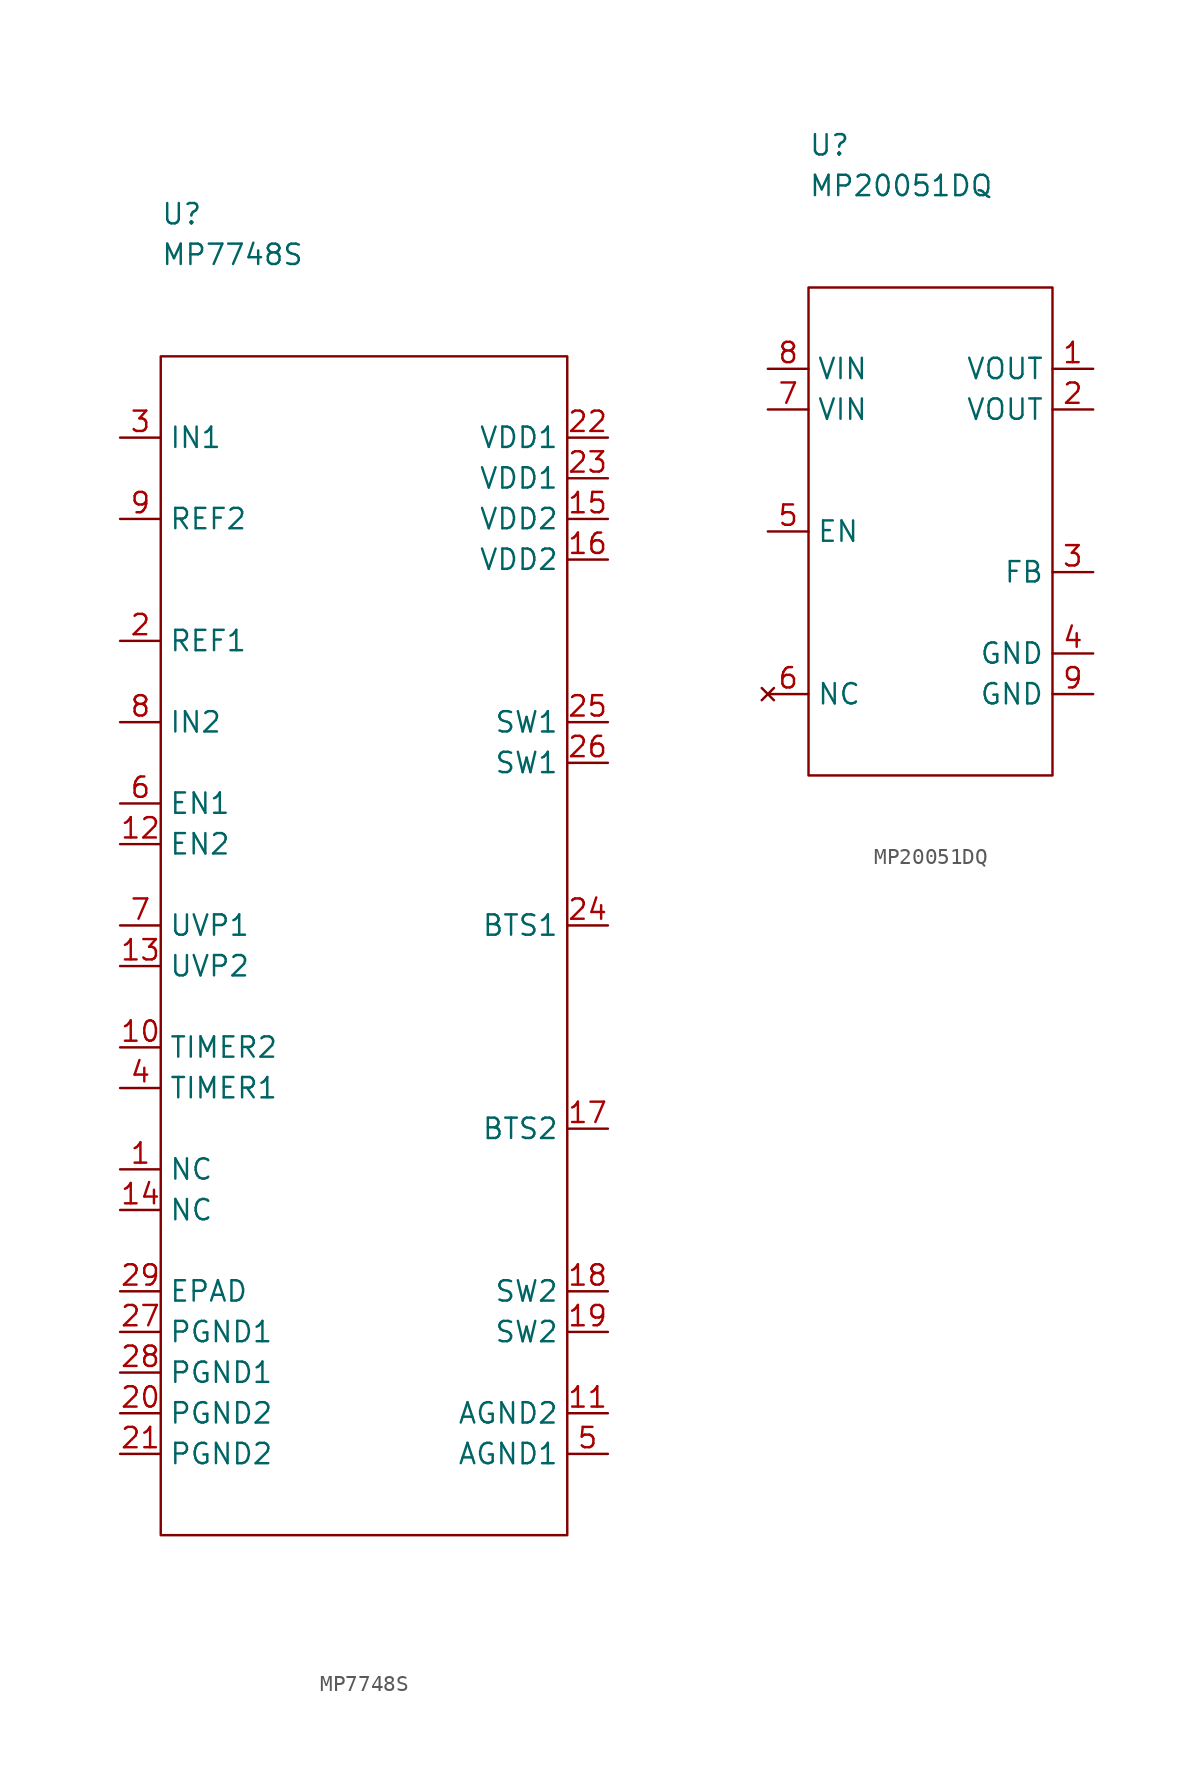
<source format=kicad_sym>
(kicad_symbol_lib
  (version 20211014)
  (generator kicad_symbol_editor)
  (symbol "MP7748S"
    (property "Reference" "U"
      (at 0 8.89 0)
      (effects (font (size 1.27 1.27)) (justify left)))
    (property "Value" "MP7748S"
      (at 0 6.35 0)
      (effects (font (size 1.27 1.27)) (justify left)))
    (symbol "MP7748S_0_1"
      (rectangle (start 0 0) (end 25.4 -73.66) (stroke (width 0) (type default) (color 0 0 0 0)) (fill (type none))))
    (symbol "MP7748S_1_1"
      (pin passive line (at -2.54 -50.8 0) (length 2.54) (name "NC" (effects (font (size 1.27 1.27)))) (number "1" (effects (font (size 1.27 1.27)))))
      (pin passive line (at -2.54 -43.18 0) (length 2.54) (name "TIMER2" (effects (font (size 1.27 1.27)))) (number "10" (effects (font (size 1.27 1.27)))))
      (pin passive line (at 27.94 -66.04 180) (length 2.54) (name "AGND2" (effects (font (size 1.27 1.27)))) (number "11" (effects (font (size 1.27 1.27)))))
      (pin passive line (at -2.54 -30.48 0) (length 2.54) (name "EN2" (effects (font (size 1.27 1.27)))) (number "12" (effects (font (size 1.27 1.27)))))
      (pin passive line (at -2.54 -38.1 0) (length 2.54) (name "UVP2" (effects (font (size 1.27 1.27)))) (number "13" (effects (font (size 1.27 1.27)))))
      (pin passive line (at -2.54 -53.34 0) (length 2.54) (name "NC" (effects (font (size 1.27 1.27)))) (number "14" (effects (font (size 1.27 1.27)))))
      (pin passive line (at 27.94 -10.16 180) (length 2.54) (name "VDD2" (effects (font (size 1.27 1.27)))) (number "15" (effects (font (size 1.27 1.27)))))
      (pin passive line (at 27.94 -12.7 180) (length 2.54) (name "VDD2" (effects (font (size 1.27 1.27)))) (number "16" (effects (font (size 1.27 1.27)))))
      (pin passive line (at 27.94 -48.26 180) (length 2.54) (name "BTS2" (effects (font (size 1.27 1.27)))) (number "17" (effects (font (size 1.27 1.27)))))
      (pin passive line (at 27.94 -58.42 180) (length 2.54) (name "SW2" (effects (font (size 1.27 1.27)))) (number "18" (effects (font (size 1.27 1.27)))))
      (pin passive line (at 27.94 -60.96 180) (length 2.54) (name "SW2" (effects (font (size 1.27 1.27)))) (number "19" (effects (font (size 1.27 1.27)))))
      (pin passive line (at -2.54 -17.78 0) (length 2.54) (name "REF1" (effects (font (size 1.27 1.27)))) (number "2" (effects (font (size 1.27 1.27)))))
      (pin passive line (at -2.54 -66.04 0) (length 2.54) (name "PGND2" (effects (font (size 1.27 1.27)))) (number "20" (effects (font (size 1.27 1.27)))))
      (pin passive line (at -2.54 -68.58 0) (length 2.54) (name "PGND2" (effects (font (size 1.27 1.27)))) (number "21" (effects (font (size 1.27 1.27)))))
      (pin passive line (at 27.94 -5.08 180) (length 2.54) (name "VDD1" (effects (font (size 1.27 1.27)))) (number "22" (effects (font (size 1.27 1.27)))))
      (pin passive line (at 27.94 -7.62 180) (length 2.54) (name "VDD1" (effects (font (size 1.27 1.27)))) (number "23" (effects (font (size 1.27 1.27)))))
      (pin passive line (at 27.94 -35.56 180) (length 2.54) (name "BTS1" (effects (font (size 1.27 1.27)))) (number "24" (effects (font (size 1.27 1.27)))))
      (pin passive line (at 27.94 -22.86 180) (length 2.54) (name "SW1" (effects (font (size 1.27 1.27)))) (number "25" (effects (font (size 1.27 1.27)))))
      (pin passive line (at 27.94 -25.4 180) (length 2.54) (name "SW1" (effects (font (size 1.27 1.27)))) (number "26" (effects (font (size 1.27 1.27)))))
      (pin passive line (at -2.54 -60.96 0) (length 2.54) (name "PGND1" (effects (font (size 1.27 1.27)))) (number "27" (effects (font (size 1.27 1.27)))))
      (pin passive line (at -2.54 -63.5 0) (length 2.54) (name "PGND1" (effects (font (size 1.27 1.27)))) (number "28" (effects (font (size 1.27 1.27)))))
      (pin passive line (at -2.54 -58.42 0) (length 2.54) (name "EPAD" (effects (font (size 1.27 1.27)))) (number "29" (effects (font (size 1.27 1.27)))))
      (pin passive line (at -2.54 -5.08 0) (length 2.54) (name "IN1" (effects (font (size 1.27 1.27)))) (number "3" (effects (font (size 1.27 1.27)))))
      (pin passive line (at -2.54 -45.72 0) (length 2.54) (name "TIMER1" (effects (font (size 1.27 1.27)))) (number "4" (effects (font (size 1.27 1.27)))))
      (pin passive line (at 27.94 -68.58 180) (length 2.54) (name "AGND1" (effects (font (size 1.27 1.27)))) (number "5" (effects (font (size 1.27 1.27)))))
      (pin passive line (at -2.54 -27.94 0) (length 2.54) (name "EN1" (effects (font (size 1.27 1.27)))) (number "6" (effects (font (size 1.27 1.27)))))
      (pin passive line (at -2.54 -35.56 0) (length 2.54) (name "UVP1" (effects (font (size 1.27 1.27)))) (number "7" (effects (font (size 1.27 1.27)))))
      (pin passive line (at -2.54 -22.86 0) (length 2.54) (name "IN2" (effects (font (size 1.27 1.27)))) (number "8" (effects (font (size 1.27 1.27)))))
      (pin passive line (at -2.54 -10.16 0) (length 2.54) (name "REF2" (effects (font (size 1.27 1.27)))) (number "9" (effects (font (size 1.27 1.27)))))))
  (symbol "MP20051DQ"
    (property "Reference" "U"
      (at 0 8.89 0)
      (effects (font (size 1.27 1.27)) (justify left)))
    (property "Value" "MP20051DQ"
      (at 0 6.35 0)
      (effects (font (size 1.27 1.27)) (justify left)))
    (symbol "MP20051DQ_0_1"
      (rectangle (start 0 0) (end 15.24 -30.48) (stroke (width 0.152) (type default) (color 0 0 0 0)) (fill (type none))))
    (symbol "MP20051DQ_1_1"
      (pin passive line (at 17.78 -5.08 180) (length 2.54) (name "VOUT" (effects (font (size 1.27 1.27)))) (number "1" (effects (font (size 1.27 1.27)))))
      (pin passive line (at 17.78 -7.62 180) (length 2.54) (name "VOUT" (effects (font (size 1.27 1.27)))) (number "2" (effects (font (size 1.27 1.27)))))
      (pin passive line (at 17.78 -17.78 180) (length 2.54) (name "FB" (effects (font (size 1.27 1.27)))) (number "3" (effects (font (size 1.27 1.27)))))
      (pin passive line (at 17.78 -22.86 180) (length 2.54) (name "GND" (effects (font (size 1.27 1.27)))) (number "4" (effects (font (size 1.27 1.27)))))
      (pin passive line (at -2.54 -15.24 0) (length 2.54) (name "EN" (effects (font (size 1.27 1.27)))) (number "5" (effects (font (size 1.27 1.27)))))
      (pin no_connect line (at -2.54 -25.4 0) (length 2.54) (name "NC" (effects (font (size 1.27 1.27)))) (number "6" (effects (font (size 1.27 1.27)))))
      (pin passive line (at -2.54 -7.62 0) (length 2.54) (name "VIN" (effects (font (size 1.27 1.27)))) (number "7" (effects (font (size 1.27 1.27)))))
      (pin passive line (at -2.54 -5.08 0) (length 2.54) (name "VIN" (effects (font (size 1.27 1.27)))) (number "8" (effects (font (size 1.27 1.27)))))
      (pin passive line (at 17.78 -25.4 180) (length 2.54) (name "GND" (effects (font (size 1.27 1.27)))) (number "9" (effects (font (size 1.27 1.27))))))))
</source>
